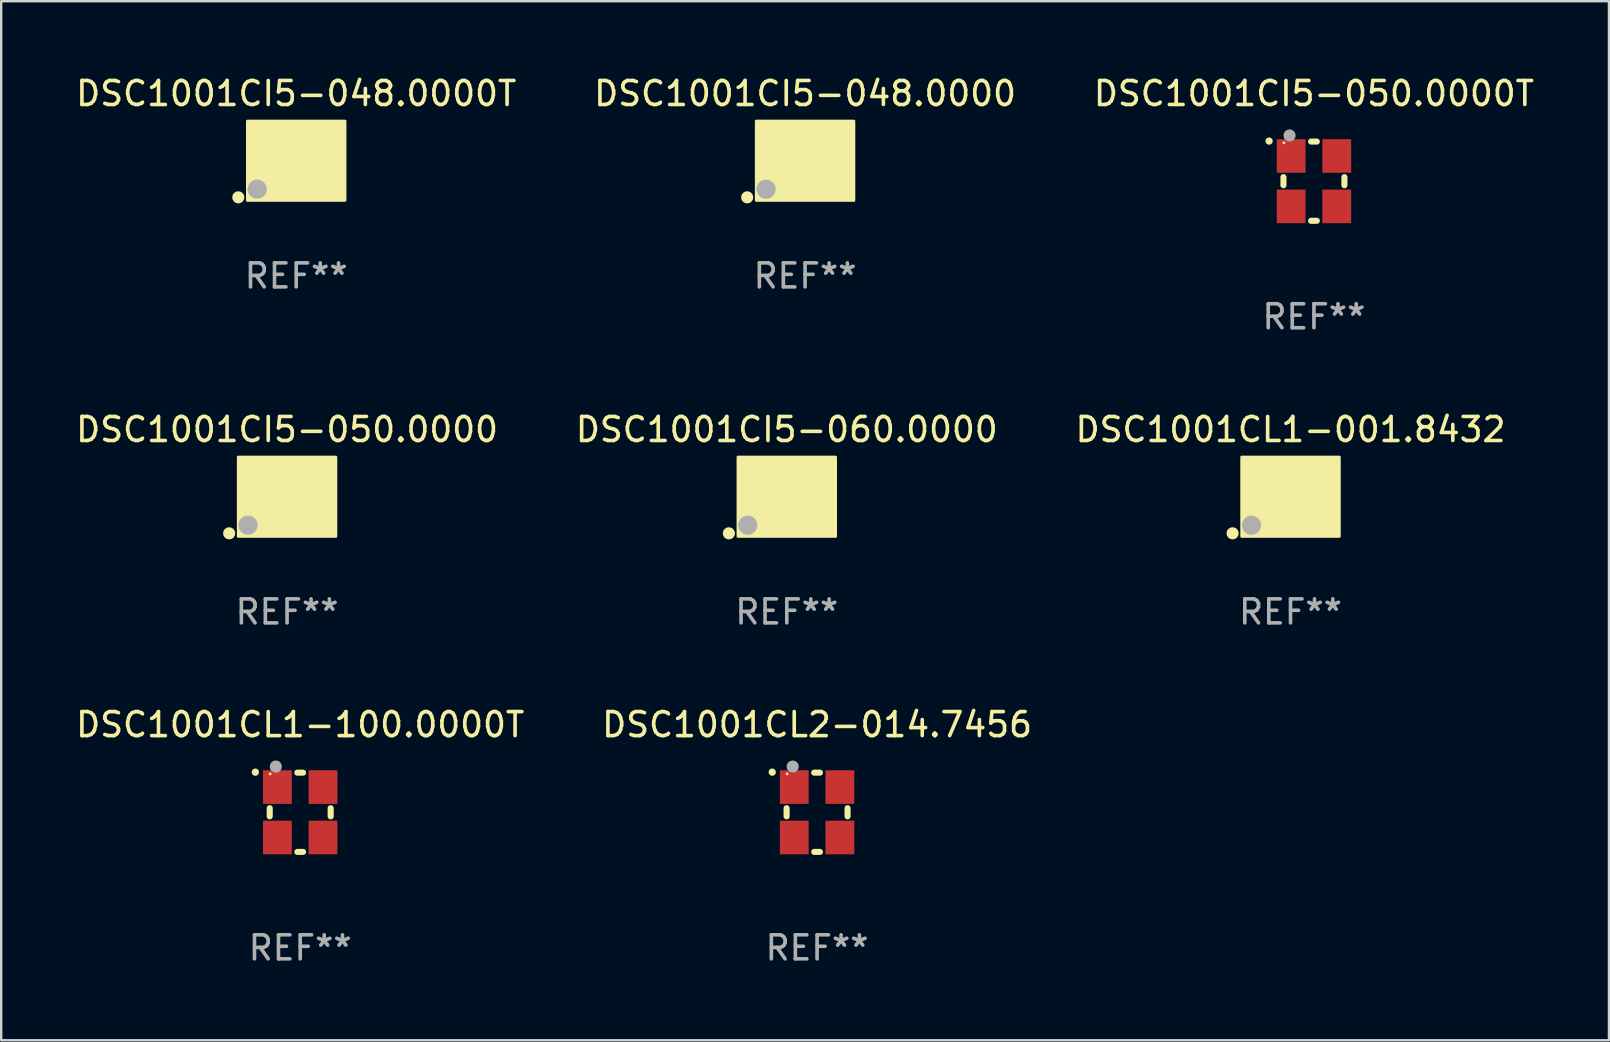
<source format=kicad_pcb>
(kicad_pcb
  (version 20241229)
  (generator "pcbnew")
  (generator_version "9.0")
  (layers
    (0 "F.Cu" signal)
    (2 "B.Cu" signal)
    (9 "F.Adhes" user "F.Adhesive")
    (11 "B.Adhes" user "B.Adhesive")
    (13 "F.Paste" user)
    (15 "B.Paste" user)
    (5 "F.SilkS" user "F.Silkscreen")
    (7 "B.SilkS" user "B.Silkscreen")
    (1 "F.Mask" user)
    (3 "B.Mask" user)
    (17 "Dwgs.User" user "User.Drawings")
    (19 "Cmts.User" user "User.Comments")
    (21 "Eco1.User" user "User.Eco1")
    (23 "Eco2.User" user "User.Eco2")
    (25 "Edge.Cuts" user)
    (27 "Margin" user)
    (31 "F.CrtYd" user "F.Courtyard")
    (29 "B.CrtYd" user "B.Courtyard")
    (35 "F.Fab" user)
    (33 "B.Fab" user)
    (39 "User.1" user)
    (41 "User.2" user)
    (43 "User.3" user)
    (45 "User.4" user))
  (footprint "DSC1001CI5-060.0000"
    (layer "F.Cu")
    (at 29.732 17.647)
    (property "Reference" "DSC1001CI5-060.0000" (at 0 -2.8 0) (layer "F.SilkS") (effects (font (size 1 1) (thickness 0.15))))
    (attr through_hole)
    (fp_circle (center -2.413 1.524) (end -2.286 1.524) (stroke (width 0.254) (type solid)) (fill no) (layer "F.SilkS"))
    (fp_circle (center -1.6 1.25) (end -1.57 1.25) (stroke (width 0.06) (type solid)) (fill no) (layer "F.SilkS"))
    (fp_poly (pts (xy -2.032 -1.651) (xy 2.032 -1.651) (xy 2.032 1.651) (xy -2.032 1.651)) (stroke (width 0.12) (type solid)) (fill yes) (layer "F.SilkS"))
    (fp_circle (center -1.627 1.185) (end -1.427 1.185) (stroke (width 0.4) (type solid)) (fill no) (layer "F.Fab"))
    (fp_text user "REF**" (at 0 4.8 0) (layer "F.Fab") (effects (font (size 1 1) (thickness 0.15))))
    (pad "1" smd rect (at -1.05 0.8) (size 1.4 1.2) (layers "F.Cu" "F.Mask" "F.Paste"))
    (pad "2" smd rect (at 1.05 0.8) (size 1.4 1.2) (layers "F.Cu" "F.Mask" "F.Paste"))
    (pad "3" smd rect (at 1.05 -0.8) (size 1.4 1.2) (layers "F.Cu" "F.Mask" "F.Paste"))
    (pad "4" smd rect (at -1.05 -0.8) (size 1.4 1.2) (layers "F.Cu" "F.Mask" "F.Paste")))
  (footprint "DSC1001CL2-014.7456"
    (layer "F.Cu")
    (at 30.994 30.794)
    (property "Reference" "DSC1001CL2-014.7456" (at 0 -3.651 0) (layer "F.SilkS") (effects (font (size 1 1) (thickness 0.15))))
    (attr through_hole)
    (fp_line (start -1.27 -0.169) (end -1.27 0.169) (stroke (width 0.254) (type solid)) (layer "F.SilkS"))
    (fp_line (start 0.119 -1.651) (end -0.119 -1.651) (stroke (width 0.254) (type solid)) (layer "F.SilkS"))
    (fp_line (start 0.119 1.651) (end -0.119 1.651) (stroke (width 0.254) (type solid)) (layer "F.SilkS"))
    (fp_line (start 1.27 -0.169) (end 1.27 0.169) (stroke (width 0.254) (type solid)) (layer "F.SilkS"))
    (fp_arc (start -1.868631 -1.669799) (mid -1.868636 -1.671069) (end -1.868631 -1.672339) (stroke (width 0.3) (type solid)) (layer "F.SilkS"))
    (fp_circle (center -1.25 -1.6) (end -1.22 -1.6) (stroke (width 0.06) (type solid)) (fill no) (layer "F.SilkS"))
    (fp_circle (center -1.016 -1.905) (end -0.889 -1.905) (stroke (width 0.254) (type solid)) (fill no) (layer "F.Fab"))
    (fp_text user "REF**" (at 0 5.651 0) (layer "F.Fab") (effects (font (size 1 1) (thickness 0.15))))
    (pad "1" smd rect (at -0.95 -1.05 90) (size 1.4 1.2) (layers "F.Cu" "F.Mask" "F.Paste"))
    (pad "2" smd rect (at -0.95 1.05 90) (size 1.4 1.2) (layers "F.Cu" "F.Mask" "F.Paste"))
    (pad "3" smd rect (at 0.95 1.05 90) (size 1.4 1.2) (layers "F.Cu" "F.Mask" "F.Paste"))
    (pad "4" smd rect (at 0.95 -1.05 90) (size 1.4 1.2) (layers "F.Cu" "F.Mask" "F.Paste")))
  (footprint "DSC1001CL1-001.8432"
    (layer "F.Cu")
    (at 50.72 17.647)
    (property "Reference" "DSC1001CL1-001.8432" (at 0 -2.8 0) (layer "F.SilkS") (effects (font (size 1 1) (thickness 0.15))))
    (attr through_hole)
    (fp_circle (center -2.413 1.524) (end -2.286 1.524) (stroke (width 0.254) (type solid)) (fill no) (layer "F.SilkS"))
    (fp_circle (center -1.6 1.25) (end -1.57 1.25) (stroke (width 0.06) (type solid)) (fill no) (layer "F.SilkS"))
    (fp_poly (pts (xy -2.032 -1.651) (xy 2.032 -1.651) (xy 2.032 1.651) (xy -2.032 1.651)) (stroke (width 0.12) (type solid)) (fill yes) (layer "F.SilkS"))
    (fp_circle (center -1.627 1.185) (end -1.427 1.185) (stroke (width 0.4) (type solid)) (fill no) (layer "F.Fab"))
    (fp_text user "REF**" (at 0 4.8 0) (layer "F.Fab") (effects (font (size 1 1) (thickness 0.15))))
    (pad "1" smd rect (at -1.05 0.8) (size 1.4 1.2) (layers "F.Cu" "F.Mask" "F.Paste"))
    (pad "2" smd rect (at 1.05 0.8) (size 1.4 1.2) (layers "F.Cu" "F.Mask" "F.Paste"))
    (pad "3" smd rect (at 1.05 -0.8) (size 1.4 1.2) (layers "F.Cu" "F.Mask" "F.Paste"))
    (pad "4" smd rect (at -1.05 -0.8) (size 1.4 1.2) (layers "F.Cu" "F.Mask" "F.Paste")))
  (footprint "DSC1001CI5-048.0000T"
    (layer "F.Cu")
    (at 9.292 3.648)
    (property "Reference" "DSC1001CI5-048.0000T" (at 0 -2.8 0) (layer "F.SilkS") (effects (font (size 1 1) (thickness 0.15))))
    (attr through_hole)
    (fp_circle (center -2.413 1.524) (end -2.286 1.524) (stroke (width 0.254) (type solid)) (fill no) (layer "F.SilkS"))
    (fp_circle (center -1.6 1.25) (end -1.57 1.25) (stroke (width 0.06) (type solid)) (fill no) (layer "F.SilkS"))
    (fp_poly (pts (xy -2.032 -1.651) (xy 2.032 -1.651) (xy 2.032 1.651) (xy -2.032 1.651)) (stroke (width 0.12) (type solid)) (fill yes) (layer "F.SilkS"))
    (fp_circle (center -1.627 1.185) (end -1.427 1.185) (stroke (width 0.4) (type solid)) (fill no) (layer "F.Fab"))
    (fp_text user "REF**" (at 0 4.8 0) (layer "F.Fab") (effects (font (size 1 1) (thickness 0.15))))
    (pad "1" smd rect (at -1.05 0.8) (size 1.4 1.2) (layers "F.Cu" "F.Mask" "F.Paste"))
    (pad "2" smd rect (at 1.05 0.8) (size 1.4 1.2) (layers "F.Cu" "F.Mask" "F.Paste"))
    (pad "3" smd rect (at 1.05 -0.8) (size 1.4 1.2) (layers "F.Cu" "F.Mask" "F.Paste"))
    (pad "4" smd rect (at -1.05 -0.8) (size 1.4 1.2) (layers "F.Cu" "F.Mask" "F.Paste")))
  (footprint "DSC1001CL1-100.0000T"
    (layer "F.Cu")
    (at 9.458 30.794)
    (property "Reference" "DSC1001CL1-100.0000T" (at 0 -3.651 0) (layer "F.SilkS") (effects (font (size 1 1) (thickness 0.15))))
    (attr through_hole)
    (fp_line (start -1.27 -0.169) (end -1.27 0.169) (stroke (width 0.254) (type solid)) (layer "F.SilkS"))
    (fp_line (start 0.119 -1.651) (end -0.119 -1.651) (stroke (width 0.254) (type solid)) (layer "F.SilkS"))
    (fp_line (start 0.119 1.651) (end -0.119 1.651) (stroke (width 0.254) (type solid)) (layer "F.SilkS"))
    (fp_line (start 1.27 -0.169) (end 1.27 0.169) (stroke (width 0.254) (type solid)) (layer "F.SilkS"))
    (fp_arc (start -1.868631 -1.669799) (mid -1.868636 -1.671069) (end -1.868631 -1.672339) (stroke (width 0.3) (type solid)) (layer "F.SilkS"))
    (fp_circle (center -1.25 -1.6) (end -1.22 -1.6) (stroke (width 0.06) (type solid)) (fill no) (layer "F.SilkS"))
    (fp_circle (center -1.016 -1.905) (end -0.889 -1.905) (stroke (width 0.254) (type solid)) (fill no) (layer "F.Fab"))
    (fp_text user "REF**" (at 0 5.651 0) (layer "F.Fab") (effects (font (size 1 1) (thickness 0.15))))
    (pad "1" smd rect (at -0.95 -1.05 90) (size 1.4 1.2) (layers "F.Cu" "F.Mask" "F.Paste"))
    (pad "2" smd rect (at -0.95 1.05 90) (size 1.4 1.2) (layers "F.Cu" "F.Mask" "F.Paste"))
    (pad "3" smd rect (at 0.95 1.05 90) (size 1.4 1.2) (layers "F.Cu" "F.Mask" "F.Paste"))
    (pad "4" smd rect (at 0.95 -1.05 90) (size 1.4 1.2) (layers "F.Cu" "F.Mask" "F.Paste")))
  (footprint "DSC1001CI5-050.0000"
    (layer "F.Cu")
    (at 8.911 17.647)
    (property "Reference" "DSC1001CI5-050.0000" (at 0 -2.8 0) (layer "F.SilkS") (effects (font (size 1 1) (thickness 0.15))))
    (attr through_hole)
    (fp_circle (center -2.413 1.524) (end -2.286 1.524) (stroke (width 0.254) (type solid)) (fill no) (layer "F.SilkS"))
    (fp_circle (center -1.6 1.25) (end -1.57 1.25) (stroke (width 0.06) (type solid)) (fill no) (layer "F.SilkS"))
    (fp_poly (pts (xy -2.032 -1.651) (xy 2.032 -1.651) (xy 2.032 1.651) (xy -2.032 1.651)) (stroke (width 0.12) (type solid)) (fill yes) (layer "F.SilkS"))
    (fp_circle (center -1.627 1.185) (end -1.427 1.185) (stroke (width 0.4) (type solid)) (fill no) (layer "F.Fab"))
    (fp_text user "REF**" (at 0 4.8 0) (layer "F.Fab") (effects (font (size 1 1) (thickness 0.15))))
    (pad "1" smd rect (at -1.05 0.8) (size 1.4 1.2) (layers "F.Cu" "F.Mask" "F.Paste"))
    (pad "2" smd rect (at 1.05 0.8) (size 1.4 1.2) (layers "F.Cu" "F.Mask" "F.Paste"))
    (pad "3" smd rect (at 1.05 -0.8) (size 1.4 1.2) (layers "F.Cu" "F.Mask" "F.Paste"))
    (pad "4" smd rect (at -1.05 -0.8) (size 1.4 1.2) (layers "F.Cu" "F.Mask" "F.Paste")))
  (footprint "DSC1001CI5-048.0000"
    (layer "F.Cu")
    (at 30.494 3.648)
    (property "Reference" "DSC1001CI5-048.0000" (at 0 -2.8 0) (layer "F.SilkS") (effects (font (size 1 1) (thickness 0.15))))
    (attr through_hole)
    (fp_circle (center -2.413 1.524) (end -2.286 1.524) (stroke (width 0.254) (type solid)) (fill no) (layer "F.SilkS"))
    (fp_circle (center -1.6 1.25) (end -1.57 1.25) (stroke (width 0.06) (type solid)) (fill no) (layer "F.SilkS"))
    (fp_poly (pts (xy -2.032 -1.651) (xy 2.032 -1.651) (xy 2.032 1.651) (xy -2.032 1.651)) (stroke (width 0.12) (type solid)) (fill yes) (layer "F.SilkS"))
    (fp_circle (center -1.627 1.185) (end -1.427 1.185) (stroke (width 0.4) (type solid)) (fill no) (layer "F.Fab"))
    (fp_text user "REF**" (at 0 4.8 0) (layer "F.Fab") (effects (font (size 1 1) (thickness 0.15))))
    (pad "1" smd rect (at -1.05 0.8) (size 1.4 1.2) (layers "F.Cu" "F.Mask" "F.Paste"))
    (pad "2" smd rect (at 1.05 0.8) (size 1.4 1.2) (layers "F.Cu" "F.Mask" "F.Paste"))
    (pad "3" smd rect (at 1.05 -0.8) (size 1.4 1.2) (layers "F.Cu" "F.Mask" "F.Paste"))
    (pad "4" smd rect (at -1.05 -0.8) (size 1.4 1.2) (layers "F.Cu" "F.Mask" "F.Paste")))
  (footprint "DSC1001CI5-050.0000T"
    (layer "F.Cu")
    (at 51.696 4.499)
    (property "Reference" "DSC1001CI5-050.0000T" (at 0 -3.651 0) (layer "F.SilkS") (effects (font (size 1 1) (thickness 0.15))))
    (attr through_hole)
    (fp_line (start -1.27 -0.169) (end -1.27 0.169) (stroke (width 0.254) (type solid)) (layer "F.SilkS"))
    (fp_line (start 0.119 -1.651) (end -0.119 -1.651) (stroke (width 0.254) (type solid)) (layer "F.SilkS"))
    (fp_line (start 0.119 1.651) (end -0.119 1.651) (stroke (width 0.254) (type solid)) (layer "F.SilkS"))
    (fp_line (start 1.27 -0.169) (end 1.27 0.169) (stroke (width 0.254) (type solid)) (layer "F.SilkS"))
    (fp_arc (start -1.868631 -1.669799) (mid -1.868636 -1.671069) (end -1.868631 -1.672339) (stroke (width 0.3) (type solid)) (layer "F.SilkS"))
    (fp_circle (center -1.25 -1.6) (end -1.22 -1.6) (stroke (width 0.06) (type solid)) (fill no) (layer "F.SilkS"))
    (fp_circle (center -1.016 -1.905) (end -0.889 -1.905) (stroke (width 0.254) (type solid)) (fill no) (layer "F.Fab"))
    (fp_text user "REF**" (at 0 5.651 0) (layer "F.Fab") (effects (font (size 1 1) (thickness 0.15))))
    (pad "1" smd rect (at -0.95 -1.05 90) (size 1.4 1.2) (layers "F.Cu" "F.Mask" "F.Paste"))
    (pad "2" smd rect (at -0.95 1.05 90) (size 1.4 1.2) (layers "F.Cu" "F.Mask" "F.Paste"))
    (pad "3" smd rect (at 0.95 1.05 90) (size 1.4 1.2) (layers "F.Cu" "F.Mask" "F.Paste"))
    (pad "4" smd rect (at 0.95 -1.05 90) (size 1.4 1.2) (layers "F.Cu" "F.Mask" "F.Paste")))
  (gr_rect
    (start -3 -3)
    (end 63.988 40.294)
    (stroke (width 0.1) (type default))
    (fill no)
    (layer "Edge.Cuts")))
</source>
